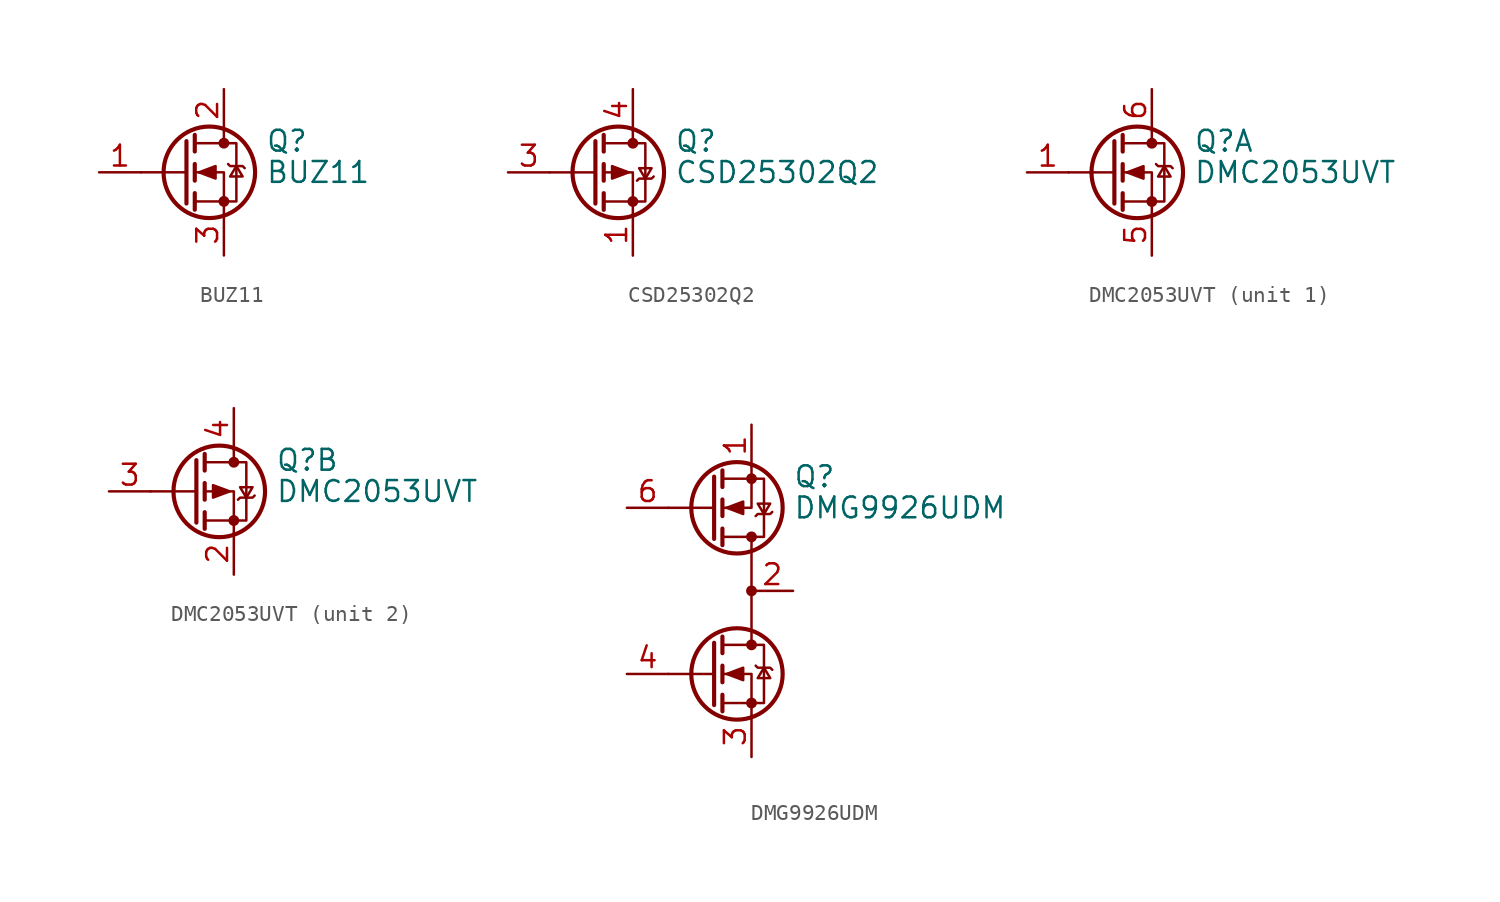
<source format=kicad_sym>
(kicad_symbol_lib
  (version 20231120)
  (generator "kicad_symbol_editor")
  (generator_version "8.0")
  (symbol "BUZ11"
    (pin_names hide)
    (property "Reference" "Q"
      (at 5.08 1.905 0)
      (effects (font (size 1.27 1.27)) (justify left)))
    (property "Value" "BUZ11"
      (at 5.08 0 0)
      (effects (font (size 1.27 1.27)) (justify left)))
    (symbol "BUZ11_0_1"
      (polyline (pts (xy 0.254 0) (xy -2.54 0)) (stroke (width 0) (type default)) (fill (type none)))
      (polyline (pts (xy 0.254 1.905) (xy 0.254 -1.905)) (stroke (width 0.254) (type default)) (fill (type none)))
      (polyline (pts (xy 0.762 -1.27) (xy 0.762 -2.286)) (stroke (width 0.254) (type default)) (fill (type none)))
      (polyline (pts (xy 0.762 0.508) (xy 0.762 -0.508)) (stroke (width 0.254) (type default)) (fill (type none)))
      (polyline (pts (xy 0.762 2.286) (xy 0.762 1.27)) (stroke (width 0.254) (type default)) (fill (type none)))
      (polyline (pts (xy 2.54 2.54) (xy 2.54 1.778)) (stroke (width 0) (type default)) (fill (type none)))
      (polyline (pts (xy 2.54 -2.54) (xy 2.54 0) (xy 0.762 0)) (stroke (width 0) (type default)) (fill (type none)))
      (polyline (pts (xy 0.762 -1.778) (xy 3.302 -1.778) (xy 3.302 1.778) (xy 0.762 1.778)) (stroke (width 0) (type default)) (fill (type none)))
      (polyline (pts (xy 1.016 0) (xy 2.032 0.381) (xy 2.032 -0.381) (xy 1.016 0)) (stroke (width 0) (type default)) (fill (type outline)))
      (polyline (pts (xy 2.794 0.508) (xy 2.921 0.381) (xy 3.683 0.381) (xy 3.81 0.254)) (stroke (width 0) (type default)) (fill (type none)))
      (polyline (pts (xy 3.302 0.381) (xy 2.921 -0.254) (xy 3.683 -0.254) (xy 3.302 0.381)) (stroke (width 0) (type default)) (fill (type none)))
      (circle (center 1.651 0) (radius 2.794) (stroke (width 0.254) (type default)) (fill (type none)))
      (circle (center 2.54 -1.778) (radius 0.254) (stroke (width 0) (type default)) (fill (type outline)))
      (circle (center 2.54 1.778) (radius 0.254) (stroke (width 0) (type default)) (fill (type outline))))
    (symbol "BUZ11_1_1"
      (pin input line (at -5.08 0 0) (length 2.54) (name "G" (effects (font (size 1.27 1.27)))) (number "1" (effects (font (size 1.27 1.27)))))
      (pin passive line (at 2.54 5.08 270) (length 2.54) (name "D" (effects (font (size 1.27 1.27)))) (number "2" (effects (font (size 1.27 1.27)))))
      (pin passive line (at 2.54 -5.08 90) (length 2.54) (name "S" (effects (font (size 1.27 1.27)))) (number "3" (effects (font (size 1.27 1.27)))))))
  (symbol "CSD25302Q2"
    (pin_names hide)
    (property "Reference" "Q"
      (at 5.08 1.905 0)
      (effects (font (size 1.27 1.27)) (justify left)))
    (property "Value" "CSD25302Q2"
      (at 5.08 0 0)
      (effects (font (size 1.27 1.27)) (justify left)))
    (symbol "CSD25302Q2_0_1"
      (polyline (pts (xy 0.254 0) (xy -2.54 0)) (stroke (width 0) (type default)) (fill (type none)))
      (polyline (pts (xy 0.254 1.905) (xy 0.254 -1.905)) (stroke (width 0.254) (type default)) (fill (type none)))
      (polyline (pts (xy 0.762 -1.27) (xy 0.762 -2.286)) (stroke (width 0.254) (type default)) (fill (type none)))
      (polyline (pts (xy 0.762 0.508) (xy 0.762 -0.508)) (stroke (width 0.254) (type default)) (fill (type none)))
      (polyline (pts (xy 0.762 2.286) (xy 0.762 1.27)) (stroke (width 0.254) (type default)) (fill (type none)))
      (polyline (pts (xy 2.54 2.54) (xy 2.54 1.778)) (stroke (width 0) (type default)) (fill (type none)))
      (polyline (pts (xy 2.54 -2.54) (xy 2.54 0) (xy 0.762 0)) (stroke (width 0) (type default)) (fill (type none)))
      (polyline (pts (xy 0.762 1.778) (xy 3.302 1.778) (xy 3.302 -1.778) (xy 0.762 -1.778)) (stroke (width 0) (type default)) (fill (type none)))
      (polyline (pts (xy 2.286 0) (xy 1.27 0.381) (xy 1.27 -0.381) (xy 2.286 0)) (stroke (width 0) (type default)) (fill (type outline)))
      (polyline (pts (xy 2.794 -0.508) (xy 2.921 -0.381) (xy 3.683 -0.381) (xy 3.81 -0.254)) (stroke (width 0) (type default)) (fill (type none)))
      (polyline (pts (xy 3.302 -0.381) (xy 2.921 0.254) (xy 3.683 0.254) (xy 3.302 -0.381)) (stroke (width 0) (type default)) (fill (type none)))
      (circle (center 1.651 0) (radius 2.794) (stroke (width 0.254) (type default)) (fill (type none)))
      (circle (center 2.54 -1.778) (radius 0.254) (stroke (width 0) (type default)) (fill (type outline)))
      (circle (center 2.54 1.778) (radius 0.254) (stroke (width 0) (type default)) (fill (type outline))))
    (symbol "CSD25302Q2_1_1"
      (pin passive line (at 2.54 -5.08 90) (length 2.54) (name "S" (effects (font (size 1.27 1.27)))) (number "1" (effects (font (size 1.27 1.27)))))
      (pin passive line (at 2.54 -5.08 90) (length 2.54) hide (name "S" (effects (font (size 1.27 1.27)))) (number "2" (effects (font (size 1.27 1.27)))))
      (pin passive line (at -5.08 0 0) (length 2.54) (name "G" (effects (font (size 1.27 1.27)))) (number "3" (effects (font (size 1.27 1.27)))))
      (pin passive line (at 2.54 5.08 270) (length 2.54) (name "D" (effects (font (size 1.27 1.27)))) (number "4" (effects (font (size 1.27 1.27)))))
      (pin passive line (at 2.54 -5.08 90) (length 2.54) hide (name "S" (effects (font (size 1.27 1.27)))) (number "5" (effects (font (size 1.27 1.27)))))
      (pin passive line (at 2.54 -5.08 90) (length 2.54) hide (name "S" (effects (font (size 1.27 1.27)))) (number "6" (effects (font (size 1.27 1.27)))))
      (pin passive line (at 2.54 5.08 270) (length 2.54) hide (name "D" (effects (font (size 1.27 1.27)))) (number "7" (effects (font (size 1.27 1.27)))))
      (pin passive line (at 2.54 -5.08 90) (length 2.54) hide (name "S" (effects (font (size 1.27 1.27)))) (number "8" (effects (font (size 1.27 1.27)))))))
  (symbol "DMC2053UVT"
    (pin_names hide)
    (property "Reference" "Q"
      (at 2.54 1.905 0)
      (effects (font (size 1.27 1.27)) (justify left)))
    (property "Value" "DMC2053UVT"
      (at 2.54 0 0)
      (effects (font (size 1.27 1.27)) (justify left)))
    (symbol "DMC2053UVT_0_1"
      (circle (center -0.889 0) (radius 2.794) (stroke (width 0.254) (type default)) (fill (type none)))
      (circle (center 0 -1.778) (radius 0.254) (stroke (width 0) (type default)) (fill (type outline)))
      (polyline (pts (xy -2.286 0) (xy -5.08 0)) (stroke (width 0) (type default)) (fill (type none)))
      (polyline (pts (xy -2.286 1.905) (xy -2.286 -1.905)) (stroke (width 0.254) (type default)) (fill (type none)))
      (polyline (pts (xy -1.778 -1.27) (xy -1.778 -2.286)) (stroke (width 0.254) (type default)) (fill (type none)))
      (polyline (pts (xy -1.778 0.508) (xy -1.778 -0.508)) (stroke (width 0.254) (type default)) (fill (type none)))
      (polyline (pts (xy -1.778 2.286) (xy -1.778 1.27)) (stroke (width 0.254) (type default)) (fill (type none)))
      (polyline (pts (xy 0 2.54) (xy 0 1.778)) (stroke (width 0) (type default)) (fill (type none)))
      (polyline (pts (xy 0 -2.54) (xy 0 0) (xy -1.778 0)) (stroke (width 0) (type default)) (fill (type none)))
      (polyline (pts (xy -1.778 -1.778) (xy 0.762 -1.778) (xy 0.762 1.778) (xy -1.778 1.778)) (stroke (width 0) (type default)) (fill (type none)))
      (circle (center 0 1.778) (radius 0.254) (stroke (width 0) (type default)) (fill (type outline))))
    (symbol "DMC2053UVT_1_1"
      (polyline (pts (xy -1.524 0) (xy -0.508 0.381) (xy -0.508 -0.381) (xy -1.524 0)) (stroke (width 0) (type default)) (fill (type outline)))
      (polyline (pts (xy 0.254 0.508) (xy 0.381 0.381) (xy 1.143 0.381) (xy 1.27 0.254)) (stroke (width 0) (type default)) (fill (type none)))
      (polyline (pts (xy 0.762 0.381) (xy 0.381 -0.254) (xy 1.143 -0.254) (xy 0.762 0.381)) (stroke (width 0) (type default)) (fill (type none)))
      (pin passive line (at -7.62 0 0) (length 2.54) (name "G" (effects (font (size 1.27 1.27)))) (number "1" (effects (font (size 1.27 1.27)))))
      (pin passive line (at 0 -5.08 90) (length 2.54) (name "S" (effects (font (size 1.27 1.27)))) (number "5" (effects (font (size 1.27 1.27)))))
      (pin passive line (at 0 5.08 270) (length 2.54) (name "D" (effects (font (size 1.27 1.27)))) (number "6" (effects (font (size 1.27 1.27))))))
    (symbol "DMC2053UVT_2_1"
      (polyline (pts (xy -0.254 0) (xy -1.27 0.381) (xy -1.27 -0.381) (xy -0.254 0)) (stroke (width 0) (type default)) (fill (type outline)))
      (polyline (pts (xy 0.254 -0.508) (xy 0.381 -0.381) (xy 1.143 -0.381) (xy 1.27 -0.254)) (stroke (width 0) (type default)) (fill (type none)))
      (polyline (pts (xy 0.762 -0.381) (xy 0.381 0.254) (xy 1.143 0.254) (xy 0.762 -0.381)) (stroke (width 0) (type default)) (fill (type none)))
      (pin passive line (at 0 -5.08 90) (length 2.54) (name "S" (effects (font (size 1.27 1.27)))) (number "2" (effects (font (size 1.27 1.27)))))
      (pin passive line (at -7.62 0 0) (length 2.54) (name "G" (effects (font (size 1.27 1.27)))) (number "3" (effects (font (size 1.27 1.27)))))
      (pin passive line (at 0 5.08 270) (length 2.54) (name "D" (effects (font (size 1.27 1.27)))) (number "4" (effects (font (size 1.27 1.27)))))))
  (symbol "DMG9926UDM"
    (pin_names hide)
    (property "Reference" "Q"
      (at 2.54 6.985 0)
      (effects (font (size 1.27 1.27)) (justify left)))
    (property "Value" "DMG9926UDM"
      (at 2.54 5.08 0)
      (effects (font (size 1.27 1.27)) (justify left)))
    (symbol "DMG9926UDM_0_1"
      (circle (center -0.889 5.08) (radius 2.794) (stroke (width 0.254) (type default)) (fill (type none)))
      (polyline (pts (xy -2.286 3.175) (xy -2.286 6.985)) (stroke (width 0.254) (type default)) (fill (type none)))
      (polyline (pts (xy -2.286 5.08) (xy -5.08 5.08)) (stroke (width 0) (type default)) (fill (type none)))
      (polyline (pts (xy -1.778 2.794) (xy -1.778 3.81)) (stroke (width 0.254) (type default)) (fill (type none)))
      (polyline (pts (xy -1.778 4.572) (xy -1.778 5.588)) (stroke (width 0.254) (type default)) (fill (type none)))
      (polyline (pts (xy -1.778 6.35) (xy -1.778 7.366)) (stroke (width 0.254) (type default)) (fill (type none)))
      (polyline (pts (xy 0 -3.302) (xy 0 3.302)) (stroke (width 0) (type default)) (fill (type none)))
      (polyline (pts (xy 0 7.62) (xy 0 5.08) (xy -1.778 5.08)) (stroke (width 0) (type default)) (fill (type none)))
      (polyline (pts (xy -1.778 6.858) (xy 0.762 6.858) (xy 0.762 3.302) (xy -1.778 3.302)) (stroke (width 0) (type default)) (fill (type none)))
      (polyline (pts (xy -1.524 5.08) (xy -0.508 4.699) (xy -0.508 5.461) (xy -1.524 5.08)) (stroke (width 0) (type default)) (fill (type outline)))
      (polyline (pts (xy 0.254 4.572) (xy 0.381 4.699) (xy 1.143 4.699) (xy 1.27 4.826)) (stroke (width 0) (type default)) (fill (type none)))
      (polyline (pts (xy 0.762 4.699) (xy 0.381 5.334) (xy 1.143 5.334) (xy 0.762 4.699)) (stroke (width 0) (type default)) (fill (type none)))
      (circle (center 0 3.302) (radius 0.254) (stroke (width 0) (type default)) (fill (type outline)))
      (circle (center 0 6.858) (radius 0.254) (stroke (width 0) (type default)) (fill (type outline))))
    (symbol "DMG9926UDM_1_1"
      (circle (center -0.889 -5.08) (radius 2.794) (stroke (width 0.254) (type default)) (fill (type none)))
      (circle (center 0 -6.858) (radius 0.254) (stroke (width 0) (type default)) (fill (type outline)))
      (circle (center 0 -3.302) (radius 0.254) (stroke (width 0) (type default)) (fill (type outline)))
      (polyline (pts (xy -2.286 -5.08) (xy -5.08 -5.08)) (stroke (width 0) (type default)) (fill (type none)))
      (polyline (pts (xy -2.286 -3.175) (xy -2.286 -6.985)) (stroke (width 0.254) (type default)) (fill (type none)))
      (polyline (pts (xy -1.778 -6.35) (xy -1.778 -7.366)) (stroke (width 0.254) (type default)) (fill (type none)))
      (polyline (pts (xy -1.778 -4.572) (xy -1.778 -5.588)) (stroke (width 0.254) (type default)) (fill (type none)))
      (polyline (pts (xy -1.778 -2.794) (xy -1.778 -3.81)) (stroke (width 0.254) (type default)) (fill (type none)))
      (polyline (pts (xy 0 -7.62) (xy 0 -5.08) (xy -1.778 -5.08)) (stroke (width 0) (type default)) (fill (type none)))
      (polyline (pts (xy -1.778 -6.858) (xy 0.762 -6.858) (xy 0.762 -3.302) (xy -1.778 -3.302)) (stroke (width 0) (type default)) (fill (type none)))
      (polyline (pts (xy -1.524 -5.08) (xy -0.508 -4.699) (xy -0.508 -5.461) (xy -1.524 -5.08)) (stroke (width 0) (type default)) (fill (type outline)))
      (polyline (pts (xy 0.254 -4.572) (xy 0.381 -4.699) (xy 1.143 -4.699) (xy 1.27 -4.826)) (stroke (width 0) (type default)) (fill (type none)))
      (polyline (pts (xy 0.762 -4.699) (xy 0.381 -5.334) (xy 1.143 -5.334) (xy 0.762 -4.699)) (stroke (width 0) (type default)) (fill (type none)))
      (circle (center 0 0) (radius 0.254) (stroke (width 0) (type default)) (fill (type outline)))
      (pin passive line (at 0 10.16 270) (length 2.54) (name "D1" (effects (font (size 1.27 1.27)))) (number "1" (effects (font (size 1.27 1.27)))))
      (pin passive line (at 2.54 0 180) (length 2.54) (name "S1/D2" (effects (font (size 1.27 1.27)))) (number "2" (effects (font (size 1.27 1.27)))))
      (pin passive line (at 0 -10.16 90) (length 2.54) (name "S2" (effects (font (size 1.27 1.27)))) (number "3" (effects (font (size 1.27 1.27)))))
      (pin input line (at -7.62 -5.08 0) (length 2.54) (name "G2" (effects (font (size 1.27 1.27)))) (number "4" (effects (font (size 1.27 1.27)))))
      (pin passive line (at 2.54 0 180) (length 2.54) hide (name "S1/D2" (effects (font (size 1.27 1.27)))) (number "5" (effects (font (size 1.27 1.27)))))
      (pin input line (at -7.62 5.08 0) (length 2.54) (name "G1" (effects (font (size 1.27 1.27)))) (number "6" (effects (font (size 1.27 1.27))))))))
</source>
